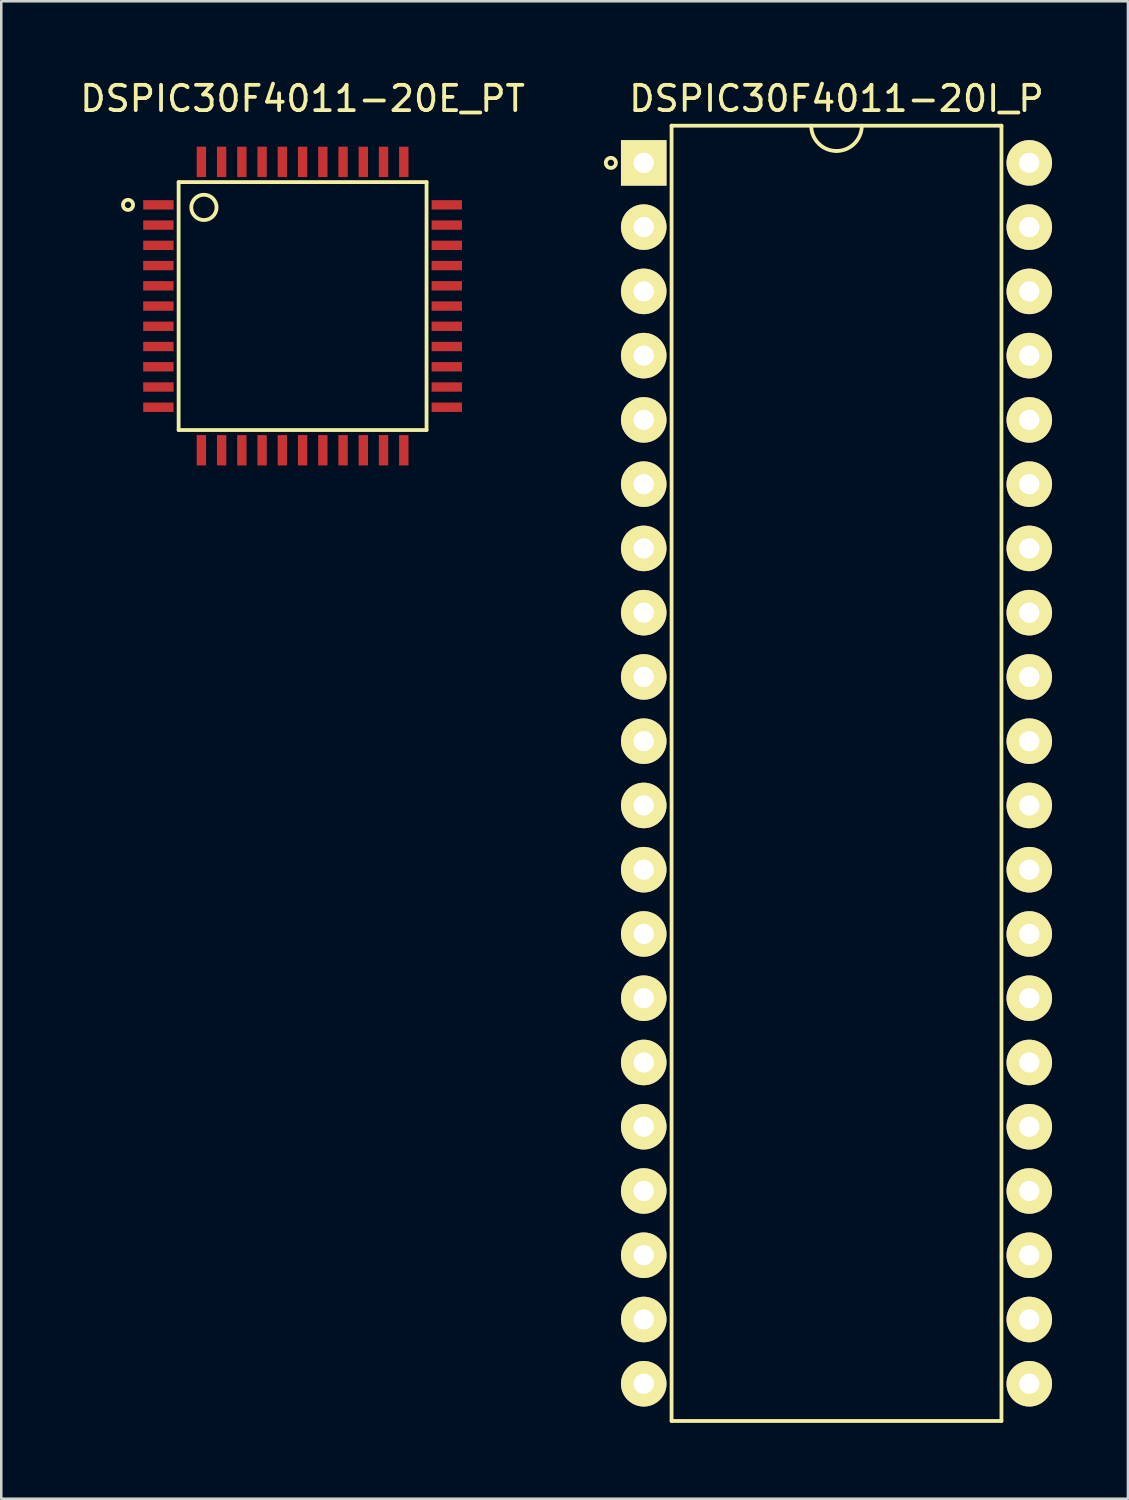
<source format=kicad_pcb>
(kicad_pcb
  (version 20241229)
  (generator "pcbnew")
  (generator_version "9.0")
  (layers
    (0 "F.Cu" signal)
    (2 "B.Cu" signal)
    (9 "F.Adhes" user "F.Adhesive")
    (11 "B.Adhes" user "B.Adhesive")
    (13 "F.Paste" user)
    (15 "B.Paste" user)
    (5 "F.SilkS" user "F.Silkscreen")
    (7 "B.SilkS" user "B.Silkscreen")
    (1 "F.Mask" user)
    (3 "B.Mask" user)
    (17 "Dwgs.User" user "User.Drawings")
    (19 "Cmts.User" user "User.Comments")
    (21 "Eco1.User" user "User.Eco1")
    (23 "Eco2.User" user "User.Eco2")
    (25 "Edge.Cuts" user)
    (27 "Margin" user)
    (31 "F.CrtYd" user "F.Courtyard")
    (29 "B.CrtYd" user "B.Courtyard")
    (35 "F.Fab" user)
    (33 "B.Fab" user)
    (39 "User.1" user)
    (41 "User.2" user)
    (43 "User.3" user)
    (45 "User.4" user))
  (footprint "DSPIC30F4011-20I_P"
    (layer "F.Cu")
    (at 22.396 3.388)
    (property "Reference" "DSPIC30F4011-20I_P" (at 7.62 -2.54 0) (layer "F.SilkS") (effects (font (size 1 1) (thickness 0.15))))
    (attr through_hole)
    (fp_line (start 1.1 -1.47) (end 14.14 -1.47) (stroke (width 0.15) (type solid)) (layer "F.SilkS"))
    (fp_line (start 1.1 49.73) (end 1.1 -1.47) (stroke (width 0.15) (type solid)) (layer "F.SilkS"))
    (fp_line (start 14.14 -1.47) (end 14.14 49.73) (stroke (width 0.15) (type solid)) (layer "F.SilkS"))
    (fp_line (start 14.14 49.73) (end 1.1 49.73) (stroke (width 0.15) (type solid)) (layer "F.SilkS"))
    (fp_arc (start 7.62 -0.47) (mid 6.912893 -0.762893) (end 6.62 -1.47) (stroke (width 0.15) (type solid)) (layer "F.SilkS"))
    (fp_arc (start 8.62 -1.47) (mid 8.327107 -0.762893) (end 7.62 -0.47) (stroke (width 0.15) (type solid)) (layer "F.SilkS"))
    (fp_circle (center -1.3 0) (end -1.3 0.2) (stroke (width 0.15) (type solid)) (fill no) (layer "F.SilkS"))
    (pad "1" thru_hole rect (at 0 0) (size 1.8 1.8) (drill 0.8) (layers "*.Cu" "*.Mask" "F.SilkS"))
    (pad "2" thru_hole circle (at 0 2.54) (size 1.8 1.8) (drill 0.8) (layers "*.Cu" "*.Mask" "F.SilkS"))
    (pad "3" thru_hole circle (at 0 5.08) (size 1.8 1.8) (drill 0.8) (layers "*.Cu" "*.Mask" "F.SilkS"))
    (pad "4" thru_hole circle (at 0 7.62) (size 1.8 1.8) (drill 0.8) (layers "*.Cu" "*.Mask" "F.SilkS"))
    (pad "5" thru_hole circle (at 0 10.16) (size 1.8 1.8) (drill 0.8) (layers "*.Cu" "*.Mask" "F.SilkS"))
    (pad "6" thru_hole circle (at 0 12.7) (size 1.8 1.8) (drill 0.8) (layers "*.Cu" "*.Mask" "F.SilkS"))
    (pad "7" thru_hole circle (at 0 15.24) (size 1.8 1.8) (drill 0.8) (layers "*.Cu" "*.Mask" "F.SilkS"))
    (pad "8" thru_hole circle (at 0 17.78) (size 1.8 1.8) (drill 0.8) (layers "*.Cu" "*.Mask" "F.SilkS"))
    (pad "9" thru_hole circle (at 0 20.32) (size 1.8 1.8) (drill 0.8) (layers "*.Cu" "*.Mask" "F.SilkS"))
    (pad "10" thru_hole circle (at 0 22.86) (size 1.8 1.8) (drill 0.8) (layers "*.Cu" "*.Mask" "F.SilkS"))
    (pad "11" thru_hole circle (at 0 25.4) (size 1.8 1.8) (drill 0.8) (layers "*.Cu" "*.Mask" "F.SilkS"))
    (pad "12" thru_hole circle (at 0 27.94) (size 1.8 1.8) (drill 0.8) (layers "*.Cu" "*.Mask" "F.SilkS"))
    (pad "13" thru_hole circle (at 0 30.48) (size 1.8 1.8) (drill 0.8) (layers "*.Cu" "*.Mask" "F.SilkS"))
    (pad "14" thru_hole circle (at 0 33.02) (size 1.8 1.8) (drill 0.8) (layers "*.Cu" "*.Mask" "F.SilkS"))
    (pad "15" thru_hole circle (at 0 35.56) (size 1.8 1.8) (drill 0.8) (layers "*.Cu" "*.Mask" "F.SilkS"))
    (pad "16" thru_hole circle (at 0 38.1) (size 1.8 1.8) (drill 0.8) (layers "*.Cu" "*.Mask" "F.SilkS"))
    (pad "17" thru_hole circle (at 0 40.64) (size 1.8 1.8) (drill 0.8) (layers "*.Cu" "*.Mask" "F.SilkS"))
    (pad "18" thru_hole circle (at 0 43.18) (size 1.8 1.8) (drill 0.8) (layers "*.Cu" "*.Mask" "F.SilkS"))
    (pad "19" thru_hole circle (at 0 45.72) (size 1.8 1.8) (drill 0.8) (layers "*.Cu" "*.Mask" "F.SilkS"))
    (pad "20" thru_hole circle (at 0 48.26) (size 1.8 1.8) (drill 0.8) (layers "*.Cu" "*.Mask" "F.SilkS"))
    (pad "21" thru_hole circle (at 15.24 48.26) (size 1.8 1.8) (drill 0.8) (layers "*.Cu" "*.Mask" "F.SilkS"))
    (pad "22" thru_hole circle (at 15.24 45.72) (size 1.8 1.8) (drill 0.8) (layers "*.Cu" "*.Mask" "F.SilkS"))
    (pad "23" thru_hole circle (at 15.24 43.18) (size 1.8 1.8) (drill 0.8) (layers "*.Cu" "*.Mask" "F.SilkS"))
    (pad "24" thru_hole circle (at 15.24 40.64) (size 1.8 1.8) (drill 0.8) (layers "*.Cu" "*.Mask" "F.SilkS"))
    (pad "25" thru_hole circle (at 15.24 38.1) (size 1.8 1.8) (drill 0.8) (layers "*.Cu" "*.Mask" "F.SilkS"))
    (pad "26" thru_hole circle (at 15.24 35.56) (size 1.8 1.8) (drill 0.8) (layers "*.Cu" "*.Mask" "F.SilkS"))
    (pad "27" thru_hole circle (at 15.24 33.02) (size 1.8 1.8) (drill 0.8) (layers "*.Cu" "*.Mask" "F.SilkS"))
    (pad "28" thru_hole circle (at 15.24 30.48) (size 1.8 1.8) (drill 0.8) (layers "*.Cu" "*.Mask" "F.SilkS"))
    (pad "29" thru_hole circle (at 15.24 27.94) (size 1.8 1.8) (drill 0.8) (layers "*.Cu" "*.Mask" "F.SilkS"))
    (pad "30" thru_hole circle (at 15.24 25.4) (size 1.8 1.8) (drill 0.8) (layers "*.Cu" "*.Mask" "F.SilkS"))
    (pad "31" thru_hole circle (at 15.24 22.86) (size 1.8 1.8) (drill 0.8) (layers "*.Cu" "*.Mask" "F.SilkS"))
    (pad "32" thru_hole circle (at 15.24 20.32) (size 1.8 1.8) (drill 0.8) (layers "*.Cu" "*.Mask" "F.SilkS"))
    (pad "33" thru_hole circle (at 15.24 17.78) (size 1.8 1.8) (drill 0.8) (layers "*.Cu" "*.Mask" "F.SilkS"))
    (pad "34" thru_hole circle (at 15.24 15.24) (size 1.8 1.8) (drill 0.8) (layers "*.Cu" "*.Mask" "F.SilkS"))
    (pad "35" thru_hole circle (at 15.24 12.7) (size 1.8 1.8) (drill 0.8) (layers "*.Cu" "*.Mask" "F.SilkS"))
    (pad "36" thru_hole circle (at 15.24 10.16) (size 1.8 1.8) (drill 0.8) (layers "*.Cu" "*.Mask" "F.SilkS"))
    (pad "37" thru_hole circle (at 15.24 7.62) (size 1.8 1.8) (drill 0.8) (layers "*.Cu" "*.Mask" "F.SilkS"))
    (pad "38" thru_hole circle (at 15.24 5.08) (size 1.8 1.8) (drill 0.8) (layers "*.Cu" "*.Mask" "F.SilkS"))
    (pad "39" thru_hole circle (at 15.24 2.54) (size 1.8 1.8) (drill 0.8) (layers "*.Cu" "*.Mask" "F.SilkS"))
    (pad "40" thru_hole circle (at 15.24 0) (size 1.8 1.8) (drill 0.8) (layers "*.Cu" "*.Mask" "F.SilkS")))
  (footprint "DSPIC30F4011-20E_PT"
    (layer "F.Cu")
    (at 3.211 3.348)
    (property "Reference" "DSPIC30F4011-20E_PT" (at 5.7 -2.5 0) (layer "F.SilkS") (effects (font (size 1 1) (thickness 0.15))))
    (attr through_hole)
    (fp_line (start 0.8 0.8) (end 0.8 10.6) (stroke (width 0.15) (type solid)) (layer "F.SilkS"))
    (fp_line (start 0.8 0.8) (end 10.6 0.8) (stroke (width 0.15) (type solid)) (layer "F.SilkS"))
    (fp_line (start 0.8 10.6) (end 10.6 10.6) (stroke (width 0.15) (type solid)) (layer "F.SilkS"))
    (fp_line (start 10.6 10.6) (end 10.6 0.8) (stroke (width 0.15) (type solid)) (layer "F.SilkS"))
    (fp_circle (center -1.2 1.7) (end -1.2 1.5) (stroke (width 0.15) (type solid)) (fill no) (layer "F.SilkS"))
    (fp_circle (center 1.8 1.8) (end 1.8 1.3) (stroke (width 0.15) (type solid)) (fill no) (layer "F.SilkS"))
    (pad "1" smd rect (at 0 1.7) (size 1.2 0.37) (layers "F.Cu" "F.Mask" "F.Paste"))
    (pad "2" smd rect (at 0 2.5) (size 1.2 0.37) (layers "F.Cu" "F.Mask" "F.Paste"))
    (pad "3" smd rect (at 0 3.3) (size 1.2 0.37) (layers "F.Cu" "F.Mask" "F.Paste"))
    (pad "4" smd rect (at 0 4.1) (size 1.2 0.37) (layers "F.Cu" "F.Mask" "F.Paste"))
    (pad "5" smd rect (at 0 4.9) (size 1.2 0.37) (layers "F.Cu" "F.Mask" "F.Paste"))
    (pad "6" smd rect (at 0 5.7) (size 1.2 0.37) (layers "F.Cu" "F.Mask" "F.Paste"))
    (pad "7" smd rect (at 0 6.5) (size 1.2 0.37) (layers "F.Cu" "F.Mask" "F.Paste"))
    (pad "8" smd rect (at 0 7.3) (size 1.2 0.37) (layers "F.Cu" "F.Mask" "F.Paste"))
    (pad "9" smd rect (at 0 8.1) (size 1.2 0.37) (layers "F.Cu" "F.Mask" "F.Paste"))
    (pad "10" smd rect (at 0 8.9) (size 1.2 0.37) (layers "F.Cu" "F.Mask" "F.Paste"))
    (pad "11" smd rect (at 0 9.7) (size 1.2 0.37) (layers "F.Cu" "F.Mask" "F.Paste"))
    (pad "12" smd rect (at 1.7 11.4) (size 0.37 1.2) (layers "F.Cu" "F.Mask" "F.Paste"))
    (pad "13" smd rect (at 2.5 11.4) (size 0.37 1.2) (layers "F.Cu" "F.Mask" "F.Paste"))
    (pad "14" smd rect (at 3.3 11.4) (size 0.37 1.2) (layers "F.Cu" "F.Mask" "F.Paste"))
    (pad "15" smd rect (at 4.1 11.4) (size 0.37 1.2) (layers "F.Cu" "F.Mask" "F.Paste"))
    (pad "16" smd rect (at 4.9 11.4) (size 0.37 1.2) (layers "F.Cu" "F.Mask" "F.Paste"))
    (pad "17" smd rect (at 5.7 11.4) (size 0.37 1.2) (layers "F.Cu" "F.Mask" "F.Paste"))
    (pad "18" smd rect (at 6.5 11.4) (size 0.37 1.2) (layers "F.Cu" "F.Mask" "F.Paste"))
    (pad "19" smd rect (at 7.3 11.4) (size 0.37 1.2) (layers "F.Cu" "F.Mask" "F.Paste"))
    (pad "20" smd rect (at 8.1 11.4) (size 0.37 1.2) (layers "F.Cu" "F.Mask" "F.Paste"))
    (pad "21" smd rect (at 8.9 11.4) (size 0.37 1.2) (layers "F.Cu" "F.Mask" "F.Paste"))
    (pad "22" smd rect (at 9.7 11.4) (size 0.37 1.2) (layers "F.Cu" "F.Mask" "F.Paste"))
    (pad "23" smd rect (at 11.4 9.7) (size 1.2 0.37) (layers "F.Cu" "F.Mask" "F.Paste"))
    (pad "24" smd rect (at 11.4 8.9) (size 1.2 0.37) (layers "F.Cu" "F.Mask" "F.Paste"))
    (pad "25" smd rect (at 11.4 8.1) (size 1.2 0.37) (layers "F.Cu" "F.Mask" "F.Paste"))
    (pad "26" smd rect (at 11.4 7.3) (size 1.2 0.37) (layers "F.Cu" "F.Mask" "F.Paste"))
    (pad "27" smd rect (at 11.4 6.5) (size 1.2 0.37) (layers "F.Cu" "F.Mask" "F.Paste"))
    (pad "28" smd rect (at 11.4 5.7) (size 1.2 0.37) (layers "F.Cu" "F.Mask" "F.Paste"))
    (pad "29" smd rect (at 11.4 4.9) (size 1.2 0.37) (layers "F.Cu" "F.Mask" "F.Paste"))
    (pad "30" smd rect (at 11.4 4.1) (size 1.2 0.37) (layers "F.Cu" "F.Mask" "F.Paste"))
    (pad "31" smd rect (at 11.4 3.3) (size 1.2 0.37) (layers "F.Cu" "F.Mask" "F.Paste"))
    (pad "32" smd rect (at 11.4 2.5) (size 1.2 0.37) (layers "F.Cu" "F.Mask" "F.Paste"))
    (pad "33" smd rect (at 11.4 1.7) (size 1.2 0.37) (layers "F.Cu" "F.Mask" "F.Paste"))
    (pad "34" smd rect (at 9.7 0) (size 0.37 1.2) (layers "F.Cu" "F.Mask" "F.Paste"))
    (pad "35" smd rect (at 8.9 0) (size 0.37 1.2) (layers "F.Cu" "F.Mask" "F.Paste"))
    (pad "36" smd rect (at 8.1 0) (size 0.37 1.2) (layers "F.Cu" "F.Mask" "F.Paste"))
    (pad "37" smd rect (at 7.3 0) (size 0.37 1.2) (layers "F.Cu" "F.Mask" "F.Paste"))
    (pad "38" smd rect (at 6.5 0) (size 0.37 1.2) (layers "F.Cu" "F.Mask" "F.Paste"))
    (pad "39" smd rect (at 5.7 0) (size 0.37 1.2) (layers "F.Cu" "F.Mask" "F.Paste"))
    (pad "40" smd rect (at 4.9 0) (size 0.37 1.2) (layers "F.Cu" "F.Mask" "F.Paste"))
    (pad "41" smd rect (at 4.1 0) (size 0.37 1.2) (layers "F.Cu" "F.Mask" "F.Paste"))
    (pad "42" smd rect (at 3.3 0) (size 0.37 1.2) (layers "F.Cu" "F.Mask" "F.Paste"))
    (pad "43" smd rect (at 2.5 0) (size 0.37 1.2) (layers "F.Cu" "F.Mask" "F.Paste"))
    (pad "44" smd rect (at 1.7 0) (size 0.37 1.2) (layers "F.Cu" "F.Mask" "F.Paste")))
  (gr_rect
    (start -3 -3)
    (end 41.536 56.193)
    (stroke (width 0.1) (type default))
    (fill no)
    (layer "Edge.Cuts")))
</source>
